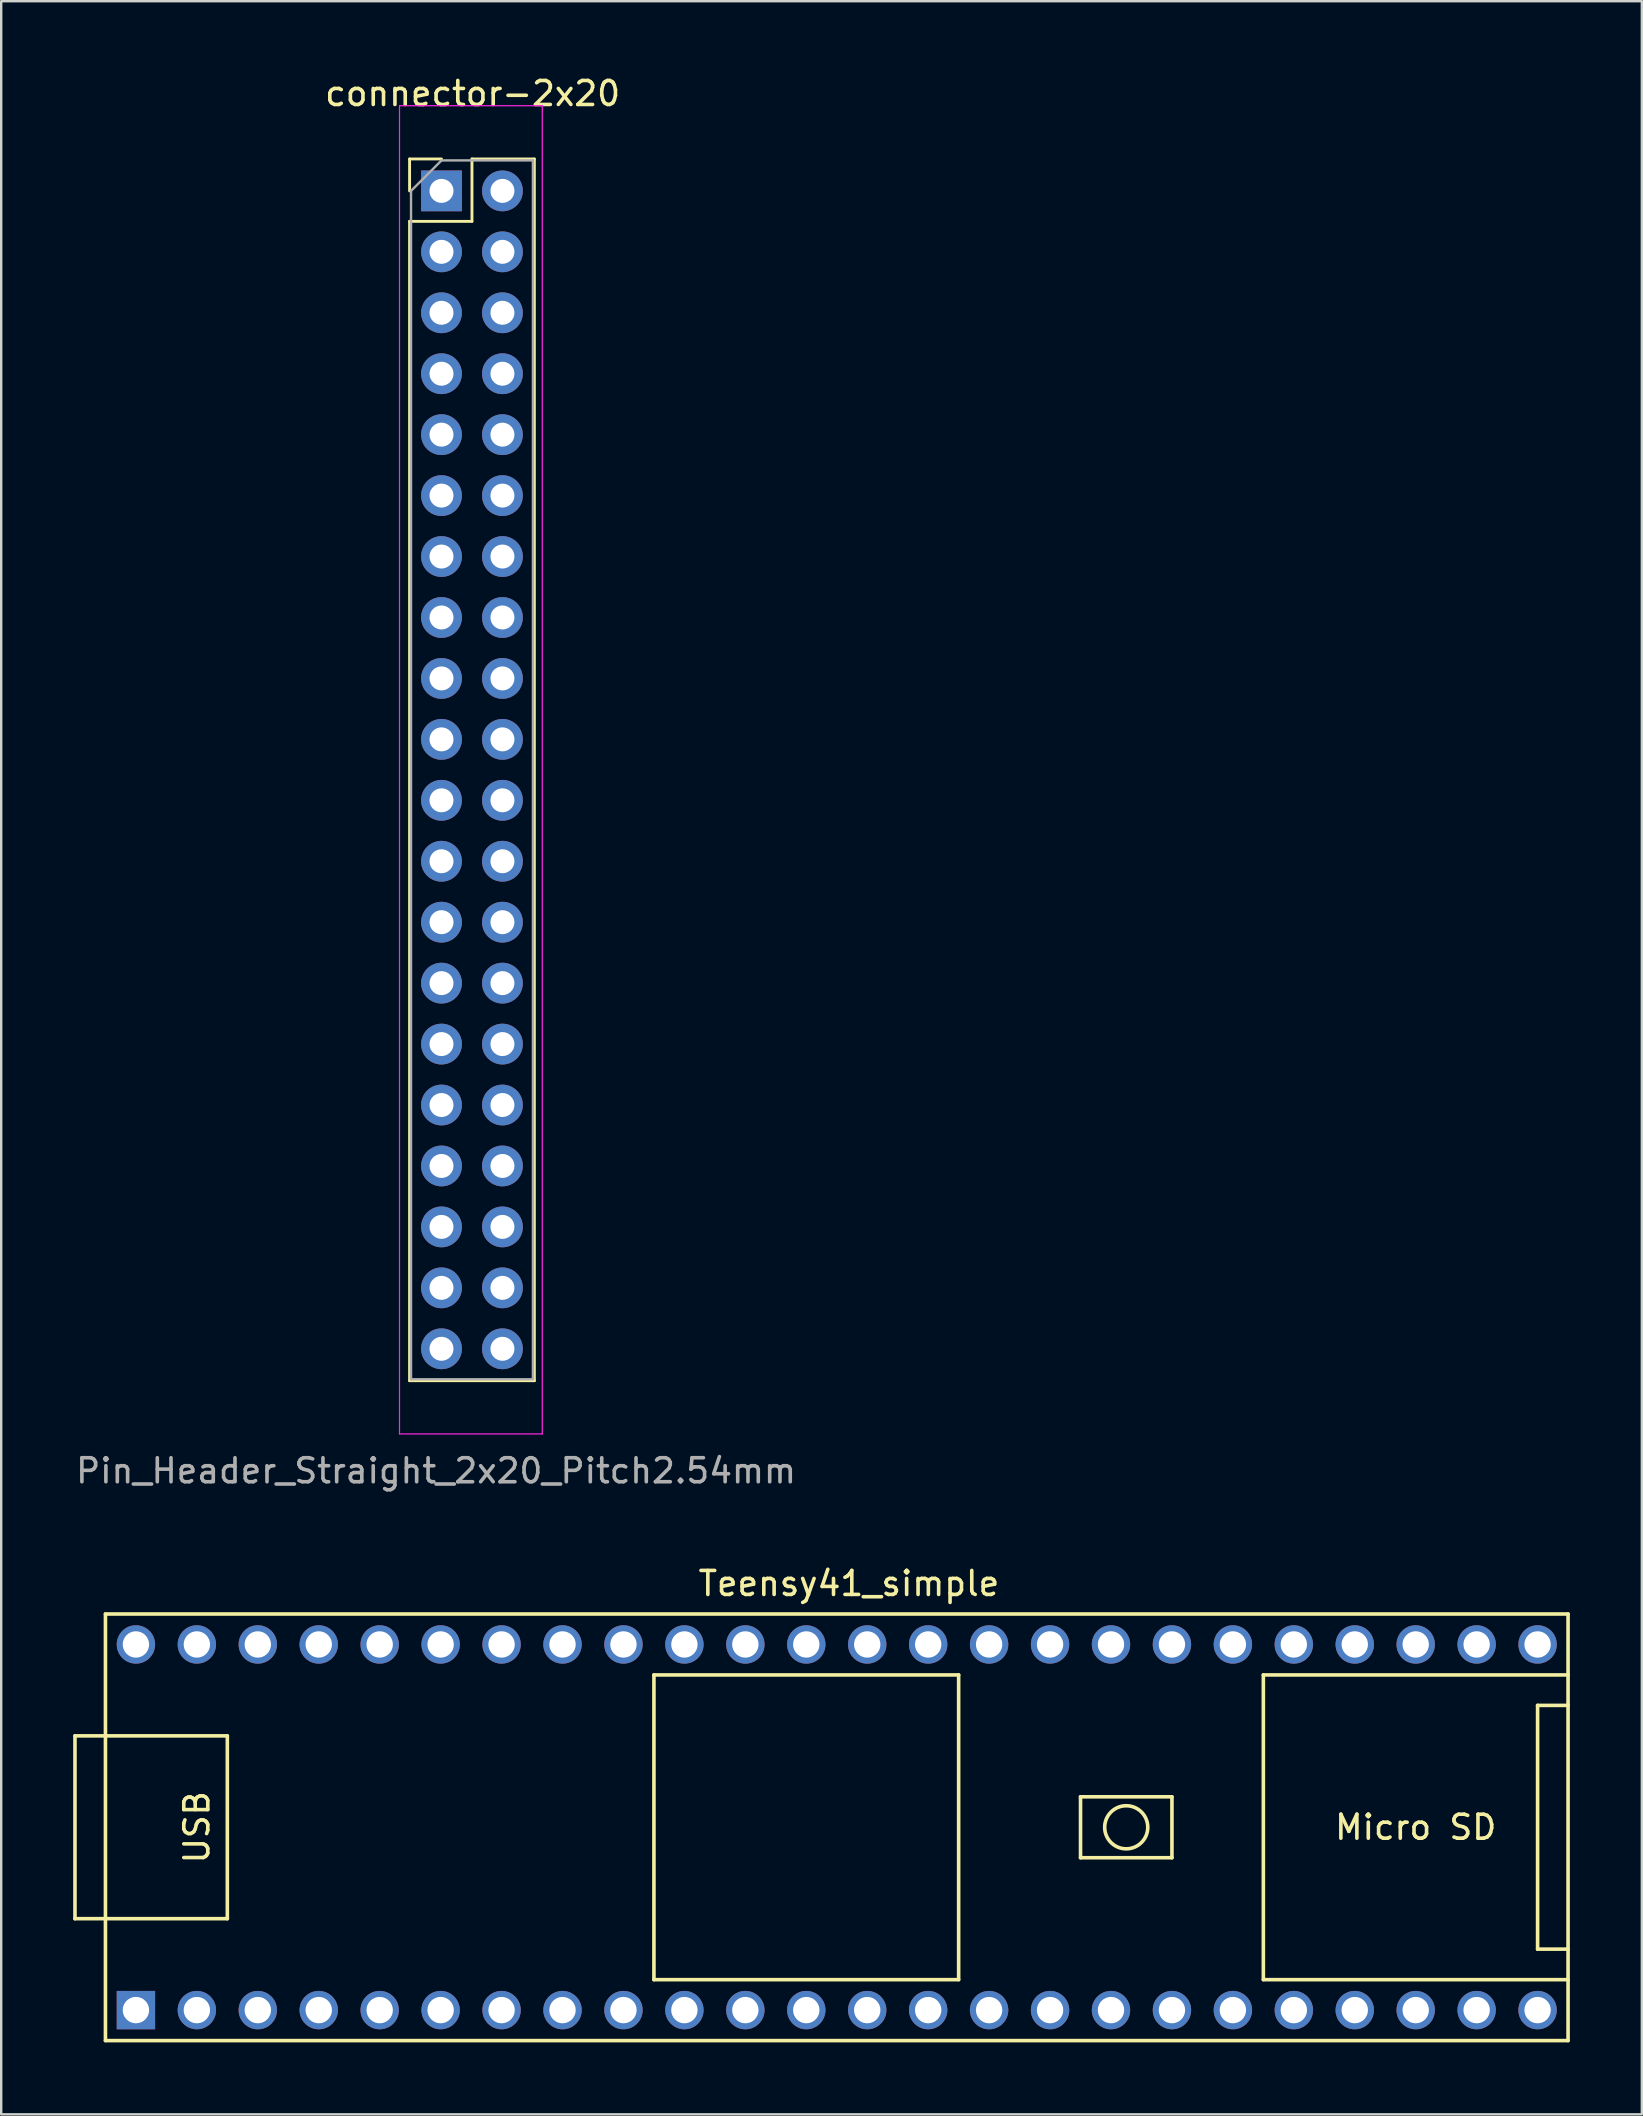
<source format=kicad_pcb>
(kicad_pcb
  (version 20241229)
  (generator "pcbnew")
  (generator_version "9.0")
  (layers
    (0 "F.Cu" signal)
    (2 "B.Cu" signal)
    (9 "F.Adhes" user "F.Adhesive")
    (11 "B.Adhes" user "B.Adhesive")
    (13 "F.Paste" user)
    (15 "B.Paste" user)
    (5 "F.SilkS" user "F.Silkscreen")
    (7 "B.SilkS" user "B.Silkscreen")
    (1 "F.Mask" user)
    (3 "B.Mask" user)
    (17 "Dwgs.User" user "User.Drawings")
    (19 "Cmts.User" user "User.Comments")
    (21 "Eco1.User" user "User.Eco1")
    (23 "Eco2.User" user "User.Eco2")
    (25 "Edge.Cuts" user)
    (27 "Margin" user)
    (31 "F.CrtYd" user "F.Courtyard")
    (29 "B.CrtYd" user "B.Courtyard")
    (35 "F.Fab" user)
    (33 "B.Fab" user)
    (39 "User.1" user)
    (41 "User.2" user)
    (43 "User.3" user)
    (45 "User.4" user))
  (footprint "Teensy41_simple"
    (layer "F.Cu")
    (at 31.317 72.601)
    (property "Reference" "Teensy41_simple" (at 1.016 -9.652 0) (layer "F.SilkS") (effects (font (size 1 1) (thickness 0.15))))
    (attr through_hole)
    (fp_line (start -31.242 -3.302) (end -29.972 -3.302) (stroke (width 0.15) (type solid)) (layer "F.SilkS"))
    (fp_line (start -31.242 4.318) (end -31.242 -3.302) (stroke (width 0.15) (type solid)) (layer "F.SilkS"))
    (fp_line (start -29.972 -8.382) (end 30.988 -8.382) (stroke (width 0.15) (type solid)) (layer "F.SilkS"))
    (fp_line (start -29.972 4.318) (end -31.242 4.318) (stroke (width 0.15) (type solid)) (layer "F.SilkS"))
    (fp_line (start -29.972 9.398) (end -29.972 -8.382) (stroke (width 0.15) (type solid)) (layer "F.SilkS"))
    (fp_line (start -24.892 -3.302) (end -29.972 -3.302) (stroke (width 0.15) (type solid)) (layer "F.SilkS"))
    (fp_line (start -24.892 4.318) (end -29.972 4.318) (stroke (width 0.15) (type solid)) (layer "F.SilkS"))
    (fp_line (start -24.892 4.318) (end -24.892 -3.302) (stroke (width 0.15) (type solid)) (layer "F.SilkS"))
    (fp_line (start -7.112 -5.842) (end -7.112 6.858) (stroke (width 0.15) (type solid)) (layer "F.SilkS"))
    (fp_line (start -7.112 6.858) (end 5.588 6.858) (stroke (width 0.15) (type solid)) (layer "F.SilkS"))
    (fp_line (start 5.588 -5.842) (end -7.112 -5.842) (stroke (width 0.15) (type solid)) (layer "F.SilkS"))
    (fp_line (start 5.588 6.858) (end 5.588 -5.842) (stroke (width 0.15) (type solid)) (layer "F.SilkS"))
    (fp_line (start 10.668 -0.762) (end 14.478 -0.762) (stroke (width 0.15) (type solid)) (layer "F.SilkS"))
    (fp_line (start 10.668 1.778) (end 10.668 -0.762) (stroke (width 0.15) (type solid)) (layer "F.SilkS"))
    (fp_line (start 14.478 -0.762) (end 14.478 1.778) (stroke (width 0.15) (type solid)) (layer "F.SilkS"))
    (fp_line (start 14.478 1.778) (end 10.668 1.778) (stroke (width 0.15) (type solid)) (layer "F.SilkS"))
    (fp_line (start 18.288 -5.842) (end 18.288 6.858) (stroke (width 0.15) (type solid)) (layer "F.SilkS"))
    (fp_line (start 18.288 6.858) (end 30.988 6.858) (stroke (width 0.15) (type solid)) (layer "F.SilkS"))
    (fp_line (start 29.718 -4.572) (end 29.718 5.588) (stroke (width 0.15) (type solid)) (layer "F.SilkS"))
    (fp_line (start 29.718 5.588) (end 30.988 5.588) (stroke (width 0.15) (type solid)) (layer "F.SilkS"))
    (fp_line (start 30.988 -8.382) (end 30.988 9.398) (stroke (width 0.15) (type solid)) (layer "F.SilkS"))
    (fp_line (start 30.988 -5.842) (end 18.288 -5.842) (stroke (width 0.15) (type solid)) (layer "F.SilkS"))
    (fp_line (start 30.988 -4.572) (end 29.718 -4.572) (stroke (width 0.15) (type solid)) (layer "F.SilkS"))
    (fp_line (start 30.988 9.398) (end -29.972 9.398) (stroke (width 0.15) (type solid)) (layer "F.SilkS"))
    (fp_circle (center 12.573 0.508) (end 13.208 -0.127) (stroke (width 0.15) (type solid)) (fill no) (layer "F.SilkS"))
    (fp_text user "Micro SD" (at 24.638 0.508 0) (layer "F.SilkS") (effects (font (size 1 1) (thickness 0.15))))
    (fp_text user "USB" (at -26.162 0.508 270) (layer "F.SilkS") (effects (font (size 1 1) (thickness 0.15))))
    (pad "1" thru_hole rect (at -28.702 8.128) (size 1.6 1.6) (drill 1.1) (layers "*.Cu" "*.Mask"))
    (pad "2" thru_hole circle (at -26.162 8.128) (size 1.6 1.6) (drill 1.1) (layers "*.Cu" "*.Mask"))
    (pad "3" thru_hole circle (at -23.622 8.128) (size 1.6 1.6) (drill 1.1) (layers "*.Cu" "*.Mask"))
    (pad "4" thru_hole circle (at -21.082 8.128) (size 1.6 1.6) (drill 1.1) (layers "*.Cu" "*.Mask"))
    (pad "5" thru_hole circle (at -18.542 8.128) (size 1.6 1.6) (drill 1.1) (layers "*.Cu" "*.Mask"))
    (pad "6" thru_hole circle (at -16.002 8.128) (size 1.6 1.6) (drill 1.1) (layers "*.Cu" "*.Mask"))
    (pad "7" thru_hole circle (at -13.462 8.128) (size 1.6 1.6) (drill 1.1) (layers "*.Cu" "*.Mask"))
    (pad "8" thru_hole circle (at -10.922 8.128) (size 1.6 1.6) (drill 1.1) (layers "*.Cu" "*.Mask"))
    (pad "9" thru_hole circle (at -8.382 8.128) (size 1.6 1.6) (drill 1.1) (layers "*.Cu" "*.Mask"))
    (pad "10" thru_hole circle (at -5.842 8.128) (size 1.6 1.6) (drill 1.1) (layers "*.Cu" "*.Mask"))
    (pad "11" thru_hole circle (at -3.302 8.128) (size 1.6 1.6) (drill 1.1) (layers "*.Cu" "*.Mask"))
    (pad "12" thru_hole circle (at -0.762 8.128) (size 1.6 1.6) (drill 1.1) (layers "*.Cu" "*.Mask"))
    (pad "13" thru_hole circle (at 1.778 8.128) (size 1.6 1.6) (drill 1.1) (layers "*.Cu" "*.Mask"))
    (pad "14" thru_hole circle (at 4.318 8.128) (size 1.6 1.6) (drill 1.1) (layers "*.Cu" "*.Mask"))
    (pad "15" thru_hole circle (at 6.858 8.128) (size 1.6 1.6) (drill 1.1) (layers "*.Cu" "*.Mask"))
    (pad "16" thru_hole circle (at 9.398 8.128) (size 1.6 1.6) (drill 1.1) (layers "*.Cu" "*.Mask"))
    (pad "17" thru_hole circle (at 11.938 8.128) (size 1.6 1.6) (drill 1.1) (layers "*.Cu" "*.Mask"))
    (pad "18" thru_hole circle (at 14.478 8.128) (size 1.6 1.6) (drill 1.1) (layers "*.Cu" "*.Mask"))
    (pad "19" thru_hole circle (at 17.018 8.128) (size 1.6 1.6) (drill 1.1) (layers "*.Cu" "*.Mask"))
    (pad "20" thru_hole circle (at 19.558 8.128) (size 1.6 1.6) (drill 1.1) (layers "*.Cu" "*.Mask"))
    (pad "21" thru_hole circle (at 22.098 8.128) (size 1.6 1.6) (drill 1.1) (layers "*.Cu" "*.Mask"))
    (pad "22" thru_hole circle (at 24.638 8.128) (size 1.6 1.6) (drill 1.1) (layers "*.Cu" "*.Mask"))
    (pad "23" thru_hole circle (at 27.178 8.128) (size 1.6 1.6) (drill 1.1) (layers "*.Cu" "*.Mask"))
    (pad "24" thru_hole circle (at 29.718 8.128) (size 1.6 1.6) (drill 1.1) (layers "*.Cu" "*.Mask"))
    (pad "25" thru_hole circle (at 29.718 -7.112) (size 1.6 1.6) (drill 1.1) (layers "*.Cu" "*.Mask"))
    (pad "26" thru_hole circle (at 27.178 -7.112) (size 1.6 1.6) (drill 1.1) (layers "*.Cu" "*.Mask"))
    (pad "27" thru_hole circle (at 24.638 -7.112) (size 1.6 1.6) (drill 1.1) (layers "*.Cu" "*.Mask"))
    (pad "28" thru_hole circle (at 22.098 -7.112) (size 1.6 1.6) (drill 1.1) (layers "*.Cu" "*.Mask"))
    (pad "29" thru_hole circle (at 19.558 -7.112) (size 1.6 1.6) (drill 1.1) (layers "*.Cu" "*.Mask"))
    (pad "30" thru_hole circle (at 17.018 -7.112) (size 1.6 1.6) (drill 1.1) (layers "*.Cu" "*.Mask"))
    (pad "31" thru_hole circle (at 14.478 -7.112) (size 1.6 1.6) (drill 1.1) (layers "*.Cu" "*.Mask"))
    (pad "32" thru_hole circle (at 11.938 -7.112) (size 1.6 1.6) (drill 1.1) (layers "*.Cu" "*.Mask"))
    (pad "33" thru_hole circle (at 9.398 -7.112) (size 1.6 1.6) (drill 1.1) (layers "*.Cu" "*.Mask"))
    (pad "34" thru_hole circle (at 6.858 -7.112) (size 1.6 1.6) (drill 1.1) (layers "*.Cu" "*.Mask"))
    (pad "35" thru_hole circle (at 4.318 -7.112) (size 1.6 1.6) (drill 1.1) (layers "*.Cu" "*.Mask"))
    (pad "36" thru_hole circle (at 1.778 -7.112) (size 1.6 1.6) (drill 1.1) (layers "*.Cu" "*.Mask"))
    (pad "37" thru_hole circle (at -0.762 -7.112) (size 1.6 1.6) (drill 1.1) (layers "*.Cu" "*.Mask"))
    (pad "38" thru_hole circle (at -3.302 -7.112) (size 1.6 1.6) (drill 1.1) (layers "*.Cu" "*.Mask"))
    (pad "39" thru_hole circle (at -5.842 -7.112) (size 1.6 1.6) (drill 1.1) (layers "*.Cu" "*.Mask"))
    (pad "40" thru_hole circle (at -8.382 -7.112) (size 1.6 1.6) (drill 1.1) (layers "*.Cu" "*.Mask"))
    (pad "41" thru_hole circle (at -10.922 -7.112) (size 1.6 1.6) (drill 1.1) (layers "*.Cu" "*.Mask"))
    (pad "42" thru_hole circle (at -13.462 -7.112) (size 1.6 1.6) (drill 1.1) (layers "*.Cu" "*.Mask"))
    (pad "43" thru_hole circle (at -16.002 -7.112) (size 1.6 1.6) (drill 1.1) (layers "*.Cu" "*.Mask"))
    (pad "44" thru_hole circle (at -18.542 -7.112) (size 1.6 1.6) (drill 1.1) (layers "*.Cu" "*.Mask"))
    (pad "45" thru_hole circle (at -21.082 -7.112) (size 1.6 1.6) (drill 1.1) (layers "*.Cu" "*.Mask"))
    (pad "46" thru_hole circle (at -23.622 -7.112) (size 1.6 1.6) (drill 1.1) (layers "*.Cu" "*.Mask"))
    (pad "47" thru_hole circle (at -26.162 -7.112) (size 1.6 1.6) (drill 1.1) (layers "*.Cu" "*.Mask"))
    (pad "48" thru_hole circle (at -28.702 -7.112) (size 1.6 1.6) (drill 1.1) (layers "*.Cu" "*.Mask")))
  (footprint "connector-2x20"
    (layer "F.Cu")
    (at 13.601 1.356)
    (property "Reference" "connector-2x20" (at 3.048 -0.508 0) (layer "F.SilkS") (effects (font (size 1 1) (thickness 0.15))))
    (attr through_hole)
    (fp_line (start 0.42 2.22) (end 1.75 2.22) (stroke (width 0.12) (type solid)) (layer "F.SilkS"))
    (fp_line (start 0.42 3.55) (end 0.42 2.22) (stroke (width 0.12) (type solid)) (layer "F.SilkS"))
    (fp_line (start 0.42 4.82) (end 0.42 53.14) (stroke (width 0.12) (type solid)) (layer "F.SilkS"))
    (fp_line (start 0.42 4.82) (end 3.02 4.82) (stroke (width 0.12) (type solid)) (layer "F.SilkS"))
    (fp_line (start 0.42 53.14) (end 5.62 53.14) (stroke (width 0.12) (type solid)) (layer "F.SilkS"))
    (fp_line (start 3.02 2.22) (end 5.62 2.22) (stroke (width 0.12) (type solid)) (layer "F.SilkS"))
    (fp_line (start 3.02 4.82) (end 3.02 2.22) (stroke (width 0.12) (type solid)) (layer "F.SilkS"))
    (fp_line (start 5.62 2.22) (end 5.62 53.14) (stroke (width 0.12) (type solid)) (layer "F.SilkS"))
    (fp_line (start 0 0) (end 0 55.36) (stroke (width 0.05) (type solid)) (layer "F.CrtYd"))
    (fp_line (start 0 55.36) (end 5.95 55.36) (stroke (width 0.05) (type solid)) (layer "F.CrtYd"))
    (fp_line (start 5.95 0) (end 0 0) (stroke (width 0.05) (type solid)) (layer "F.CrtYd"))
    (fp_line (start 5.95 55.36) (end 5.95 0) (stroke (width 0.05) (type solid)) (layer "F.CrtYd"))
    (fp_line (start 0.48 3.55) (end 1.75 2.28) (stroke (width 0.1) (type solid)) (layer "F.Fab"))
    (fp_line (start 0.48 53.08) (end 0.48 3.55) (stroke (width 0.1) (type solid)) (layer "F.Fab"))
    (fp_line (start 1.75 2.28) (end 5.56 2.28) (stroke (width 0.1) (type solid)) (layer "F.Fab"))
    (fp_line (start 5.56 2.28) (end 5.56 53.08) (stroke (width 0.1) (type solid)) (layer "F.Fab"))
    (fp_line (start 5.56 53.08) (end 0.48 53.08) (stroke (width 0.1) (type solid)) (layer "F.Fab"))
    (fp_text user "Pin_Header_Straight_2x20_Pitch2.54mm" (at 1.524 56.896 0) (layer "F.Fab") (effects (font (size 1 1) (thickness 0.15))))
    (pad "1" thru_hole rect (at 1.75 3.55) (size 1.7 1.7) (drill 1) (layers "*.Cu" "*.Mask"))
    (pad "2" thru_hole oval (at 4.29 3.55) (size 1.7 1.7) (drill 1) (layers "*.Cu" "*.Mask"))
    (pad "3" thru_hole oval (at 1.75 6.09) (size 1.7 1.7) (drill 1) (layers "*.Cu" "*.Mask"))
    (pad "4" thru_hole oval (at 4.29 6.09) (size 1.7 1.7) (drill 1) (layers "*.Cu" "*.Mask"))
    (pad "5" thru_hole oval (at 1.75 8.63) (size 1.7 1.7) (drill 1) (layers "*.Cu" "*.Mask"))
    (pad "6" thru_hole oval (at 4.29 8.63) (size 1.7 1.7) (drill 1) (layers "*.Cu" "*.Mask"))
    (pad "7" thru_hole oval (at 1.75 11.17) (size 1.7 1.7) (drill 1) (layers "*.Cu" "*.Mask"))
    (pad "8" thru_hole oval (at 4.29 11.17) (size 1.7 1.7) (drill 1) (layers "*.Cu" "*.Mask"))
    (pad "9" thru_hole oval (at 1.75 13.71) (size 1.7 1.7) (drill 1) (layers "*.Cu" "*.Mask"))
    (pad "10" thru_hole oval (at 4.29 13.71) (size 1.7 1.7) (drill 1) (layers "*.Cu" "*.Mask"))
    (pad "11" thru_hole oval (at 1.75 16.25) (size 1.7 1.7) (drill 1) (layers "*.Cu" "*.Mask"))
    (pad "12" thru_hole oval (at 4.29 16.25) (size 1.7 1.7) (drill 1) (layers "*.Cu" "*.Mask"))
    (pad "13" thru_hole oval (at 1.75 18.79) (size 1.7 1.7) (drill 1) (layers "*.Cu" "*.Mask"))
    (pad "14" thru_hole oval (at 4.29 18.79) (size 1.7 1.7) (drill 1) (layers "*.Cu" "*.Mask"))
    (pad "15" thru_hole oval (at 1.75 21.33) (size 1.7 1.7) (drill 1) (layers "*.Cu" "*.Mask"))
    (pad "16" thru_hole oval (at 4.29 21.33) (size 1.7 1.7) (drill 1) (layers "*.Cu" "*.Mask"))
    (pad "17" thru_hole oval (at 1.75 23.87) (size 1.7 1.7) (drill 1) (layers "*.Cu" "*.Mask"))
    (pad "18" thru_hole oval (at 4.29 23.87) (size 1.7 1.7) (drill 1) (layers "*.Cu" "*.Mask"))
    (pad "19" thru_hole oval (at 1.75 26.41) (size 1.7 1.7) (drill 1) (layers "*.Cu" "*.Mask"))
    (pad "20" thru_hole oval (at 4.29 26.41) (size 1.7 1.7) (drill 1) (layers "*.Cu" "*.Mask"))
    (pad "21" thru_hole oval (at 1.75 28.95) (size 1.7 1.7) (drill 1) (layers "*.Cu" "*.Mask"))
    (pad "22" thru_hole oval (at 4.29 28.95) (size 1.7 1.7) (drill 1) (layers "*.Cu" "*.Mask"))
    (pad "23" thru_hole oval (at 1.75 31.49) (size 1.7 1.7) (drill 1) (layers "*.Cu" "*.Mask"))
    (pad "24" thru_hole oval (at 4.29 31.49) (size 1.7 1.7) (drill 1) (layers "*.Cu" "*.Mask"))
    (pad "25" thru_hole oval (at 1.75 34.03) (size 1.7 1.7) (drill 1) (layers "*.Cu" "*.Mask"))
    (pad "26" thru_hole oval (at 4.29 34.03) (size 1.7 1.7) (drill 1) (layers "*.Cu" "*.Mask"))
    (pad "27" thru_hole oval (at 1.75 36.57) (size 1.7 1.7) (drill 1) (layers "*.Cu" "*.Mask"))
    (pad "28" thru_hole oval (at 4.29 36.57) (size 1.7 1.7) (drill 1) (layers "*.Cu" "*.Mask"))
    (pad "29" thru_hole oval (at 1.75 39.11) (size 1.7 1.7) (drill 1) (layers "*.Cu" "*.Mask"))
    (pad "30" thru_hole oval (at 4.29 39.11) (size 1.7 1.7) (drill 1) (layers "*.Cu" "*.Mask"))
    (pad "31" thru_hole oval (at 1.75 41.65) (size 1.7 1.7) (drill 1) (layers "*.Cu" "*.Mask"))
    (pad "32" thru_hole oval (at 4.29 41.65) (size 1.7 1.7) (drill 1) (layers "*.Cu" "*.Mask"))
    (pad "33" thru_hole oval (at 1.75 44.19) (size 1.7 1.7) (drill 1) (layers "*.Cu" "*.Mask"))
    (pad "34" thru_hole oval (at 4.29 44.19) (size 1.7 1.7) (drill 1) (layers "*.Cu" "*.Mask"))
    (pad "35" thru_hole oval (at 1.75 46.73) (size 1.7 1.7) (drill 1) (layers "*.Cu" "*.Mask"))
    (pad "36" thru_hole oval (at 4.29 46.73) (size 1.7 1.7) (drill 1) (layers "*.Cu" "*.Mask"))
    (pad "37" thru_hole oval (at 1.75 49.27) (size 1.7 1.7) (drill 1) (layers "*.Cu" "*.Mask"))
    (pad "38" thru_hole oval (at 4.29 49.27) (size 1.7 1.7) (drill 1) (layers "*.Cu" "*.Mask"))
    (pad "39" thru_hole oval (at 1.75 51.81) (size 1.7 1.7) (drill 1) (layers "*.Cu" "*.Mask"))
    (pad "40" thru_hole oval (at 4.29 51.81) (size 1.7 1.7) (drill 1) (layers "*.Cu" "*.Mask")))
  (gr_rect
    (start -3 -3)
    (end 65.38 85.074)
    (stroke (width 0.1) (type default))
    (fill no)
    (layer "Edge.Cuts")))
</source>
